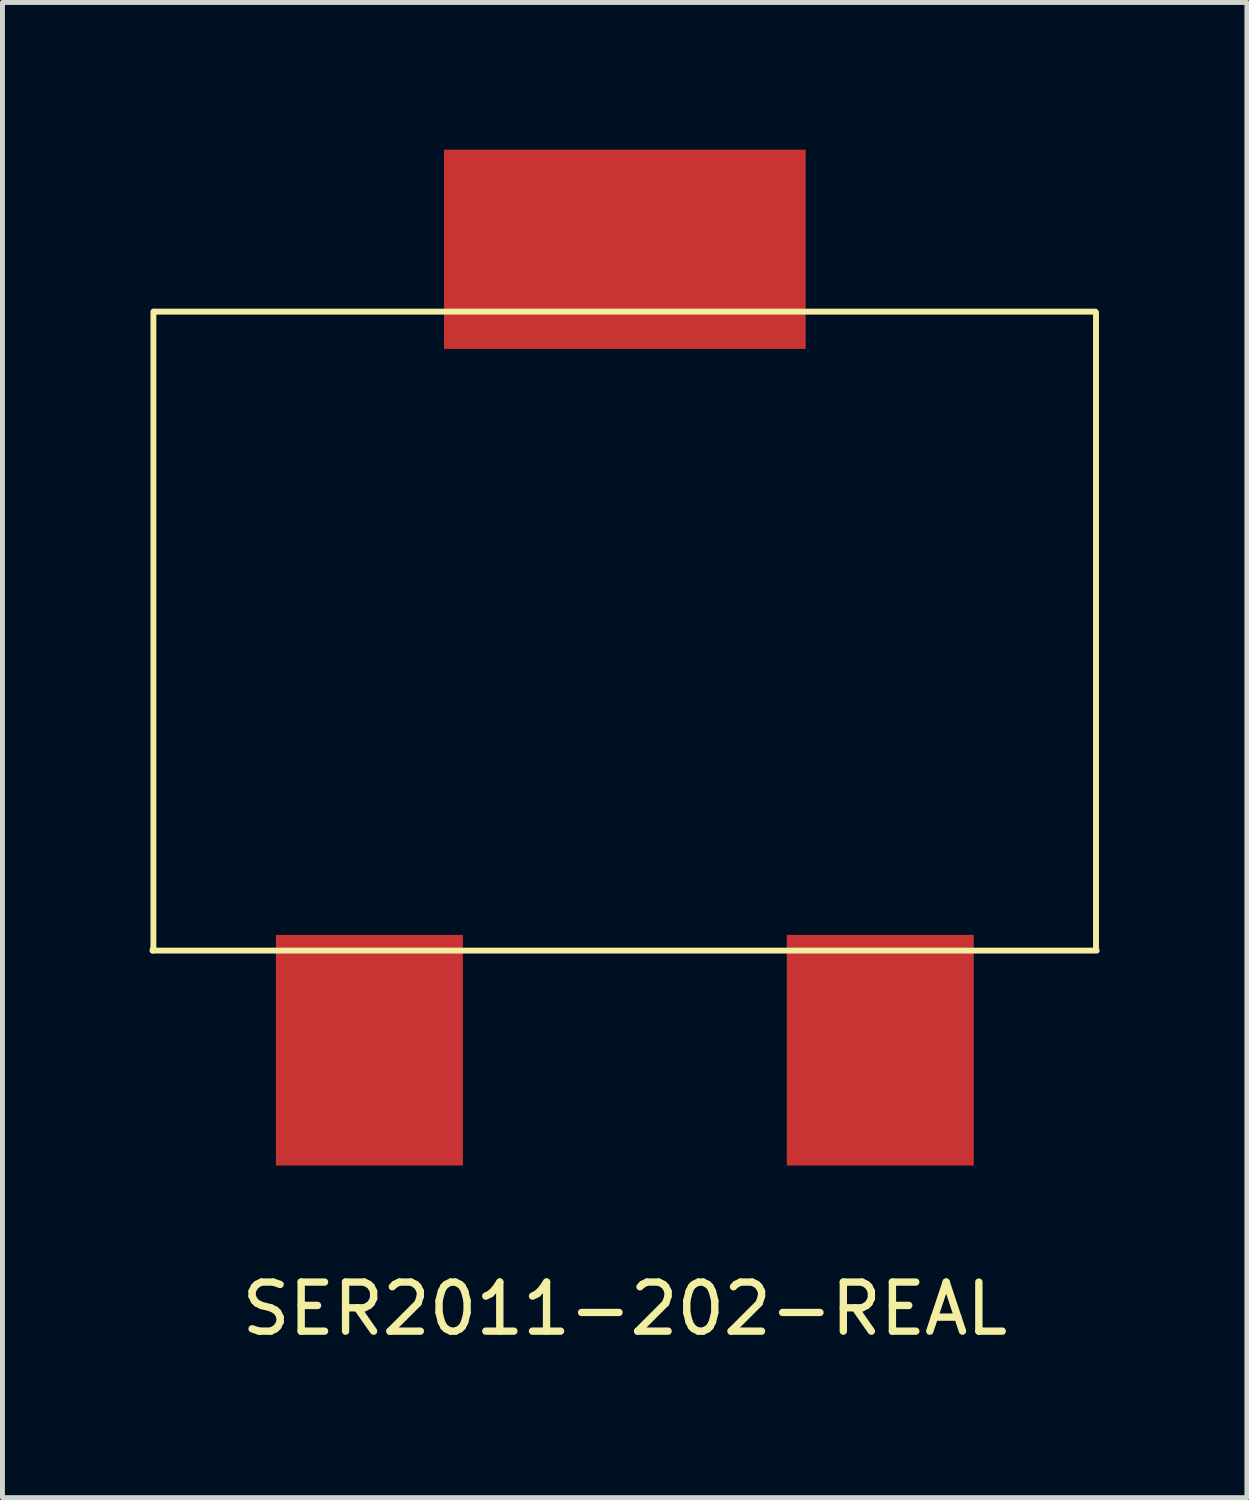
<source format=kicad_pcb>
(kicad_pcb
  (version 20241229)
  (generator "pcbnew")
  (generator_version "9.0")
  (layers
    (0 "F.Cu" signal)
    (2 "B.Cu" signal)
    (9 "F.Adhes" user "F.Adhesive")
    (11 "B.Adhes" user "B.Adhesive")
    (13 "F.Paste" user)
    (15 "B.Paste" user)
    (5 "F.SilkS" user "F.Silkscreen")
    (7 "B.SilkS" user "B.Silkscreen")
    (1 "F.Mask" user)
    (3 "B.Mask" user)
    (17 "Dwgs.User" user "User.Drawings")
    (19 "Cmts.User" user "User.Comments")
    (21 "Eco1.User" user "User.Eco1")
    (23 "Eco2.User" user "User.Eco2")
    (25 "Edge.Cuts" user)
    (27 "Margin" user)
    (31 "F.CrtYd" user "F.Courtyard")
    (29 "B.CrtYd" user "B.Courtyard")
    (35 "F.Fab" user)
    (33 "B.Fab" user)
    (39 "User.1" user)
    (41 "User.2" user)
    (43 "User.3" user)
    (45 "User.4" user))
  (footprint "SER2011-202-REAL"
    (layer "F.Cu")
    (at 9.682 16)
    (property "Reference" "SER2011-202-REAL" (at 0 7.62 0) (layer "F.SilkS") (effects (font (size 1 1) (thickness 0.15))))
    (attr smd)
    (fp_line (start -9.622 0.32) (end -9.616 0.284) (stroke (width 0.12) (type solid)) (layer "F.SilkS"))
    (fp_line (start -9.606 -12.7) (end -9.606 0.3) (stroke (width 0.12) (type solid)) (layer "F.SilkS"))
    (fp_line (start -9.59 -12.7) (end 9.59 -12.7) (stroke (width 0.12) (type solid)) (layer "F.SilkS"))
    (fp_line (start 9.601 -12.68) (end 9.601 0.3) (stroke (width 0.12) (type solid)) (layer "F.SilkS"))
    (fp_line (start 9.616 0.32) (end -9.622 0.32) (stroke (width 0.12) (type solid)) (layer "F.SilkS"))
    (pad "1" smd rect (at -5.205 2.35 180) (size 3.81 4.7) (layers "F.Cu" "F.Mask" "F.Paste"))
    (pad "2" smd rect (at 5.205 2.35 180) (size 3.81 4.7) (layers "F.Cu" "F.Mask" "F.Paste"))
    (pad "3" smd rect (at 0 -13.97) (size 7.37 4.06) (layers "F.Cu" "F.Mask" "F.Paste")))
  (gr_rect
    (start -3 -3)
    (end 22.358 27.468)
    (stroke (width 0.1) (type default))
    (fill no)
    (layer "Edge.Cuts")))
</source>
